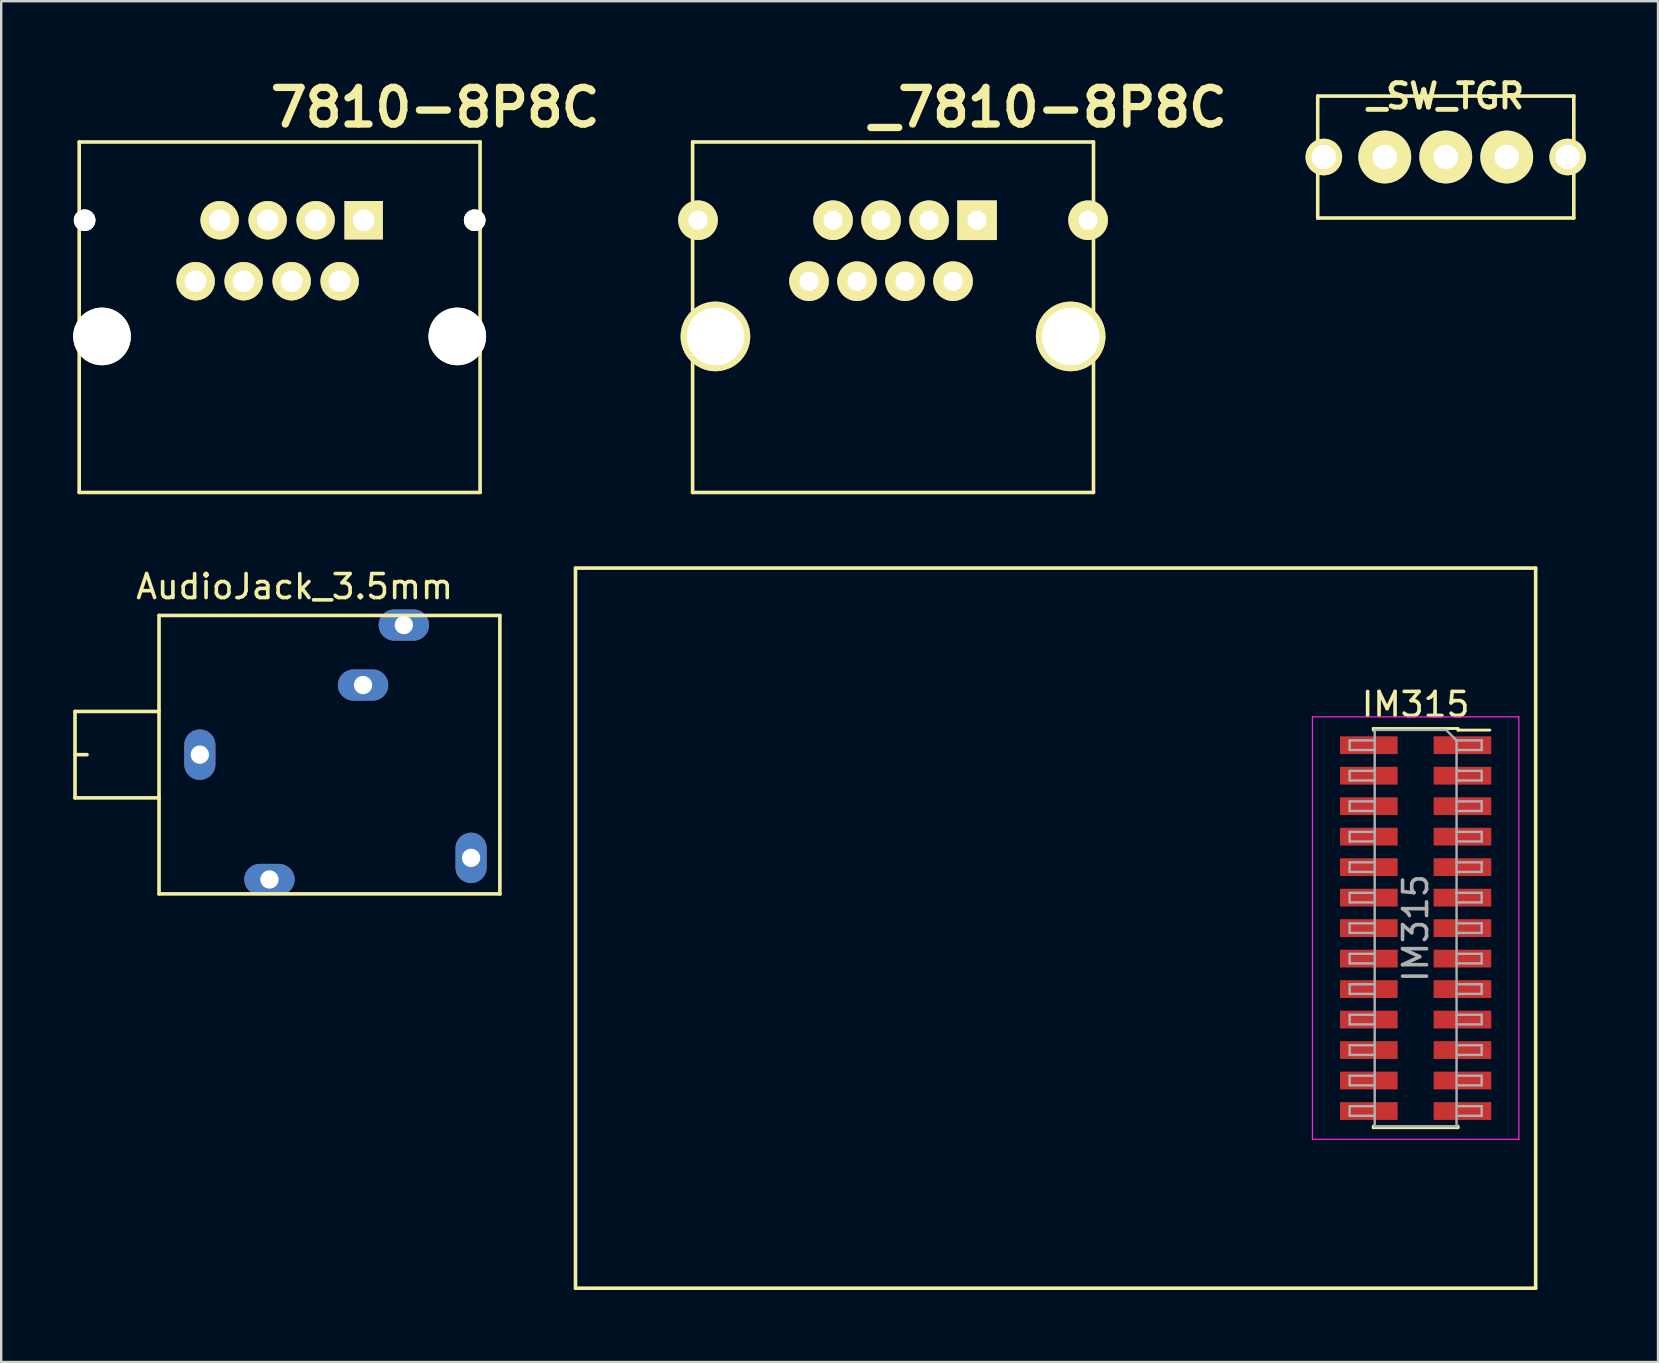
<source format=kicad_pcb>
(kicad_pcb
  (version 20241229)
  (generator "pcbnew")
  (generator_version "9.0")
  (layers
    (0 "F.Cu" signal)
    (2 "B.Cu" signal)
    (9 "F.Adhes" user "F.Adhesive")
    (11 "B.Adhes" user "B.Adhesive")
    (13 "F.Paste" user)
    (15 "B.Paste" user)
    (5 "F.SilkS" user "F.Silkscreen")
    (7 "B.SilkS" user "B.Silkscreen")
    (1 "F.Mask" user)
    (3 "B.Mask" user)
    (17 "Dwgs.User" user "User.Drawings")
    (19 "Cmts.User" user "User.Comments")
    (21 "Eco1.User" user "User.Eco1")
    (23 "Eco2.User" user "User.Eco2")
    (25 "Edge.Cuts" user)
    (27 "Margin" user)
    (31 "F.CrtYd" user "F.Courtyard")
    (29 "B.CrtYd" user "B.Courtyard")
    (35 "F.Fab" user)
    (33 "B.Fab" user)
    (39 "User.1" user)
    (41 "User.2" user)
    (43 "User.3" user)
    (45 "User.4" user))
  (footprint "IM315"
    (layer "F.Cu")
    (at 55.925 35.615)
    (property "Reference" "IM315" (at 0 -9.315 0) (layer "F.SilkS") (effects (font (size 1 1) (thickness 0.15))))
    (attr smd)
    (fp_line (start -35 -15) (end 5 -15) (stroke (width 0.15) (type solid)) (layer "F.SilkS"))
    (fp_line (start -35 15) (end -35 -15) (stroke (width 0.15) (type solid)) (layer "F.SilkS"))
    (fp_line (start -1.765 -8.315) (end -1.765 -8.25) (stroke (width 0.12) (type solid)) (layer "F.SilkS"))
    (fp_line (start -1.765 8.25) (end -1.765 8.315) (stroke (width 0.12) (type solid)) (layer "F.SilkS"))
    (fp_line (start 1.765 -8.315) (end -1.765 -8.315) (stroke (width 0.12) (type solid)) (layer "F.SilkS"))
    (fp_line (start 1.765 -8.315) (end 1.765 -8.25) (stroke (width 0.12) (type solid)) (layer "F.SilkS"))
    (fp_line (start 1.765 8.25) (end 1.765 8.315) (stroke (width 0.12) (type solid)) (layer "F.SilkS"))
    (fp_line (start 1.765 8.315) (end -1.765 8.315) (stroke (width 0.12) (type solid)) (layer "F.SilkS"))
    (fp_line (start 3.09 -8.25) (end 1.765 -8.25) (stroke (width 0.12) (type solid)) (layer "F.SilkS"))
    (fp_line (start 5 -15) (end 5 15) (stroke (width 0.15) (type solid)) (layer "F.SilkS"))
    (fp_line (start 5 15) (end -35 15) (stroke (width 0.15) (type solid)) (layer "F.SilkS"))
    (fp_line (start -4.3 -8.8) (end 4.3 -8.8) (stroke (width 0.05) (type solid)) (layer "F.CrtYd"))
    (fp_line (start -4.3 8.8) (end -4.3 -8.8) (stroke (width 0.05) (type solid)) (layer "F.CrtYd"))
    (fp_line (start 4.3 -8.8) (end 4.3 8.8) (stroke (width 0.05) (type solid)) (layer "F.CrtYd"))
    (fp_line (start 4.3 8.8) (end -4.3 8.8) (stroke (width 0.05) (type solid)) (layer "F.CrtYd"))
    (fp_line (start -2.75 -7.82) (end -2.75 -7.42) (stroke (width 0.1) (type solid)) (layer "F.Fab"))
    (fp_line (start -2.75 -7.42) (end -1.705 -7.42) (stroke (width 0.1) (type solid)) (layer "F.Fab"))
    (fp_line (start -2.75 -6.55) (end -2.75 -6.15) (stroke (width 0.1) (type solid)) (layer "F.Fab"))
    (fp_line (start -2.75 -6.15) (end -1.705 -6.15) (stroke (width 0.1) (type solid)) (layer "F.Fab"))
    (fp_line (start -2.75 -5.28) (end -2.75 -4.88) (stroke (width 0.1) (type solid)) (layer "F.Fab"))
    (fp_line (start -2.75 -4.88) (end -1.705 -4.88) (stroke (width 0.1) (type solid)) (layer "F.Fab"))
    (fp_line (start -2.75 -4.01) (end -2.75 -3.61) (stroke (width 0.1) (type solid)) (layer "F.Fab"))
    (fp_line (start -2.75 -3.61) (end -1.705 -3.61) (stroke (width 0.1) (type solid)) (layer "F.Fab"))
    (fp_line (start -2.75 -2.74) (end -2.75 -2.34) (stroke (width 0.1) (type solid)) (layer "F.Fab"))
    (fp_line (start -2.75 -2.34) (end -1.705 -2.34) (stroke (width 0.1) (type solid)) (layer "F.Fab"))
    (fp_line (start -2.75 -1.47) (end -2.75 -1.07) (stroke (width 0.1) (type solid)) (layer "F.Fab"))
    (fp_line (start -2.75 -1.07) (end -1.705 -1.07) (stroke (width 0.1) (type solid)) (layer "F.Fab"))
    (fp_line (start -2.75 -0.2) (end -2.75 0.2) (stroke (width 0.1) (type solid)) (layer "F.Fab"))
    (fp_line (start -2.75 0.2) (end -1.705 0.2) (stroke (width 0.1) (type solid)) (layer "F.Fab"))
    (fp_line (start -2.75 1.07) (end -2.75 1.47) (stroke (width 0.1) (type solid)) (layer "F.Fab"))
    (fp_line (start -2.75 1.47) (end -1.705 1.47) (stroke (width 0.1) (type solid)) (layer "F.Fab"))
    (fp_line (start -2.75 2.34) (end -2.75 2.74) (stroke (width 0.1) (type solid)) (layer "F.Fab"))
    (fp_line (start -2.75 2.74) (end -1.705 2.74) (stroke (width 0.1) (type solid)) (layer "F.Fab"))
    (fp_line (start -2.75 3.61) (end -2.75 4.01) (stroke (width 0.1) (type solid)) (layer "F.Fab"))
    (fp_line (start -2.75 4.01) (end -1.705 4.01) (stroke (width 0.1) (type solid)) (layer "F.Fab"))
    (fp_line (start -2.75 4.88) (end -2.75 5.28) (stroke (width 0.1) (type solid)) (layer "F.Fab"))
    (fp_line (start -2.75 5.28) (end -1.705 5.28) (stroke (width 0.1) (type solid)) (layer "F.Fab"))
    (fp_line (start -2.75 6.15) (end -2.75 6.55) (stroke (width 0.1) (type solid)) (layer "F.Fab"))
    (fp_line (start -2.75 6.55) (end -1.705 6.55) (stroke (width 0.1) (type solid)) (layer "F.Fab"))
    (fp_line (start -2.75 7.42) (end -2.75 7.82) (stroke (width 0.1) (type solid)) (layer "F.Fab"))
    (fp_line (start -2.75 7.82) (end -1.705 7.82) (stroke (width 0.1) (type solid)) (layer "F.Fab"))
    (fp_line (start -1.705 -8.255) (end -1.705 8.255) (stroke (width 0.1) (type solid)) (layer "F.Fab"))
    (fp_line (start -1.705 -7.82) (end -2.75 -7.82) (stroke (width 0.1) (type solid)) (layer "F.Fab"))
    (fp_line (start -1.705 -6.55) (end -2.75 -6.55) (stroke (width 0.1) (type solid)) (layer "F.Fab"))
    (fp_line (start -1.705 -5.28) (end -2.75 -5.28) (stroke (width 0.1) (type solid)) (layer "F.Fab"))
    (fp_line (start -1.705 -4.01) (end -2.75 -4.01) (stroke (width 0.1) (type solid)) (layer "F.Fab"))
    (fp_line (start -1.705 -2.74) (end -2.75 -2.74) (stroke (width 0.1) (type solid)) (layer "F.Fab"))
    (fp_line (start -1.705 -1.47) (end -2.75 -1.47) (stroke (width 0.1) (type solid)) (layer "F.Fab"))
    (fp_line (start -1.705 -0.2) (end -2.75 -0.2) (stroke (width 0.1) (type solid)) (layer "F.Fab"))
    (fp_line (start -1.705 1.07) (end -2.75 1.07) (stroke (width 0.1) (type solid)) (layer "F.Fab"))
    (fp_line (start -1.705 2.34) (end -2.75 2.34) (stroke (width 0.1) (type solid)) (layer "F.Fab"))
    (fp_line (start -1.705 3.61) (end -2.75 3.61) (stroke (width 0.1) (type solid)) (layer "F.Fab"))
    (fp_line (start -1.705 4.88) (end -2.75 4.88) (stroke (width 0.1) (type solid)) (layer "F.Fab"))
    (fp_line (start -1.705 6.15) (end -2.75 6.15) (stroke (width 0.1) (type solid)) (layer "F.Fab"))
    (fp_line (start -1.705 7.42) (end -2.75 7.42) (stroke (width 0.1) (type solid)) (layer "F.Fab"))
    (fp_line (start -1.705 8.255) (end 1.705 8.255) (stroke (width 0.1) (type solid)) (layer "F.Fab"))
    (fp_line (start 1.27 -8.255) (end -1.705 -8.255) (stroke (width 0.1) (type solid)) (layer "F.Fab"))
    (fp_line (start 1.705 -7.82) (end 1.27 -8.255) (stroke (width 0.1) (type solid)) (layer "F.Fab"))
    (fp_line (start 1.705 -7.82) (end 2.75 -7.82) (stroke (width 0.1) (type solid)) (layer "F.Fab"))
    (fp_line (start 1.705 -6.55) (end 2.75 -6.55) (stroke (width 0.1) (type solid)) (layer "F.Fab"))
    (fp_line (start 1.705 -5.28) (end 2.75 -5.28) (stroke (width 0.1) (type solid)) (layer "F.Fab"))
    (fp_line (start 1.705 -4.01) (end 2.75 -4.01) (stroke (width 0.1) (type solid)) (layer "F.Fab"))
    (fp_line (start 1.705 -2.74) (end 2.75 -2.74) (stroke (width 0.1) (type solid)) (layer "F.Fab"))
    (fp_line (start 1.705 -1.47) (end 2.75 -1.47) (stroke (width 0.1) (type solid)) (layer "F.Fab"))
    (fp_line (start 1.705 -0.2) (end 2.75 -0.2) (stroke (width 0.1) (type solid)) (layer "F.Fab"))
    (fp_line (start 1.705 1.07) (end 2.75 1.07) (stroke (width 0.1) (type solid)) (layer "F.Fab"))
    (fp_line (start 1.705 2.34) (end 2.75 2.34) (stroke (width 0.1) (type solid)) (layer "F.Fab"))
    (fp_line (start 1.705 3.61) (end 2.75 3.61) (stroke (width 0.1) (type solid)) (layer "F.Fab"))
    (fp_line (start 1.705 4.88) (end 2.75 4.88) (stroke (width 0.1) (type solid)) (layer "F.Fab"))
    (fp_line (start 1.705 6.15) (end 2.75 6.15) (stroke (width 0.1) (type solid)) (layer "F.Fab"))
    (fp_line (start 1.705 7.42) (end 2.75 7.42) (stroke (width 0.1) (type solid)) (layer "F.Fab"))
    (fp_line (start 1.705 8.255) (end 1.705 -7.82) (stroke (width 0.1) (type solid)) (layer "F.Fab"))
    (fp_line (start 2.75 -7.82) (end 2.75 -7.42) (stroke (width 0.1) (type solid)) (layer "F.Fab"))
    (fp_line (start 2.75 -7.42) (end 1.705 -7.42) (stroke (width 0.1) (type solid)) (layer "F.Fab"))
    (fp_line (start 2.75 -6.55) (end 2.75 -6.15) (stroke (width 0.1) (type solid)) (layer "F.Fab"))
    (fp_line (start 2.75 -6.15) (end 1.705 -6.15) (stroke (width 0.1) (type solid)) (layer "F.Fab"))
    (fp_line (start 2.75 -5.28) (end 2.75 -4.88) (stroke (width 0.1) (type solid)) (layer "F.Fab"))
    (fp_line (start 2.75 -4.88) (end 1.705 -4.88) (stroke (width 0.1) (type solid)) (layer "F.Fab"))
    (fp_line (start 2.75 -4.01) (end 2.75 -3.61) (stroke (width 0.1) (type solid)) (layer "F.Fab"))
    (fp_line (start 2.75 -3.61) (end 1.705 -3.61) (stroke (width 0.1) (type solid)) (layer "F.Fab"))
    (fp_line (start 2.75 -2.74) (end 2.75 -2.34) (stroke (width 0.1) (type solid)) (layer "F.Fab"))
    (fp_line (start 2.75 -2.34) (end 1.705 -2.34) (stroke (width 0.1) (type solid)) (layer "F.Fab"))
    (fp_line (start 2.75 -1.47) (end 2.75 -1.07) (stroke (width 0.1) (type solid)) (layer "F.Fab"))
    (fp_line (start 2.75 -1.07) (end 1.705 -1.07) (stroke (width 0.1) (type solid)) (layer "F.Fab"))
    (fp_line (start 2.75 -0.2) (end 2.75 0.2) (stroke (width 0.1) (type solid)) (layer "F.Fab"))
    (fp_line (start 2.75 0.2) (end 1.705 0.2) (stroke (width 0.1) (type solid)) (layer "F.Fab"))
    (fp_line (start 2.75 1.07) (end 2.75 1.47) (stroke (width 0.1) (type solid)) (layer "F.Fab"))
    (fp_line (start 2.75 1.47) (end 1.705 1.47) (stroke (width 0.1) (type solid)) (layer "F.Fab"))
    (fp_line (start 2.75 2.34) (end 2.75 2.74) (stroke (width 0.1) (type solid)) (layer "F.Fab"))
    (fp_line (start 2.75 2.74) (end 1.705 2.74) (stroke (width 0.1) (type solid)) (layer "F.Fab"))
    (fp_line (start 2.75 3.61) (end 2.75 4.01) (stroke (width 0.1) (type solid)) (layer "F.Fab"))
    (fp_line (start 2.75 4.01) (end 1.705 4.01) (stroke (width 0.1) (type solid)) (layer "F.Fab"))
    (fp_line (start 2.75 4.88) (end 2.75 5.28) (stroke (width 0.1) (type solid)) (layer "F.Fab"))
    (fp_line (start 2.75 5.28) (end 1.705 5.28) (stroke (width 0.1) (type solid)) (layer "F.Fab"))
    (fp_line (start 2.75 6.15) (end 2.75 6.55) (stroke (width 0.1) (type solid)) (layer "F.Fab"))
    (fp_line (start 2.75 6.55) (end 1.705 6.55) (stroke (width 0.1) (type solid)) (layer "F.Fab"))
    (fp_line (start 2.75 7.42) (end 2.75 7.82) (stroke (width 0.1) (type solid)) (layer "F.Fab"))
    (fp_line (start 2.75 7.82) (end 1.705 7.82) (stroke (width 0.1) (type solid)) (layer "F.Fab"))
    (fp_text user "${REFERENCE}" (at 0 0 270) (layer "F.Fab") (effects (font (size 1 1) (thickness 0.15))))
    (pad "1" smd rect (at 1.95 -7.62) (size 2.4 0.74) (layers "F.Cu" "F.Mask" "F.Paste"))
    (pad "2" smd rect (at -1.95 -7.62) (size 2.4 0.74) (layers "F.Cu" "F.Mask" "F.Paste"))
    (pad "3" smd rect (at 1.95 -6.35) (size 2.4 0.74) (layers "F.Cu" "F.Mask" "F.Paste"))
    (pad "4" smd rect (at -1.95 -6.35) (size 2.4 0.74) (layers "F.Cu" "F.Mask" "F.Paste"))
    (pad "5" smd rect (at 1.95 -5.08) (size 2.4 0.74) (layers "F.Cu" "F.Mask" "F.Paste"))
    (pad "6" smd rect (at -1.95 -5.08) (size 2.4 0.74) (layers "F.Cu" "F.Mask" "F.Paste"))
    (pad "7" smd rect (at 1.95 -3.81) (size 2.4 0.74) (layers "F.Cu" "F.Mask" "F.Paste"))
    (pad "8" smd rect (at -1.95 -3.81) (size 2.4 0.74) (layers "F.Cu" "F.Mask" "F.Paste"))
    (pad "9" smd rect (at 1.95 -2.54) (size 2.4 0.74) (layers "F.Cu" "F.Mask" "F.Paste"))
    (pad "10" smd rect (at -1.95 -2.54) (size 2.4 0.74) (layers "F.Cu" "F.Mask" "F.Paste"))
    (pad "11" smd rect (at 1.95 -1.27) (size 2.4 0.74) (layers "F.Cu" "F.Mask" "F.Paste"))
    (pad "12" smd rect (at -1.95 -1.27) (size 2.4 0.74) (layers "F.Cu" "F.Mask" "F.Paste"))
    (pad "13" smd rect (at 1.95 0) (size 2.4 0.74) (layers "F.Cu" "F.Mask" "F.Paste"))
    (pad "14" smd rect (at -1.95 0) (size 2.4 0.74) (layers "F.Cu" "F.Mask" "F.Paste"))
    (pad "15" smd rect (at 1.95 1.27) (size 2.4 0.74) (layers "F.Cu" "F.Mask" "F.Paste"))
    (pad "16" smd rect (at -1.95 1.27) (size 2.4 0.74) (layers "F.Cu" "F.Mask" "F.Paste"))
    (pad "17" smd rect (at 1.95 2.54) (size 2.4 0.74) (layers "F.Cu" "F.Mask" "F.Paste"))
    (pad "18" smd rect (at -1.95 2.54) (size 2.4 0.74) (layers "F.Cu" "F.Mask" "F.Paste"))
    (pad "19" smd rect (at 1.95 3.81) (size 2.4 0.74) (layers "F.Cu" "F.Mask" "F.Paste"))
    (pad "20" smd rect (at -1.95 3.81) (size 2.4 0.74) (layers "F.Cu" "F.Mask" "F.Paste"))
    (pad "21" smd rect (at 1.95 5.08) (size 2.4 0.74) (layers "F.Cu" "F.Mask" "F.Paste"))
    (pad "22" smd rect (at -1.95 5.08) (size 2.4 0.74) (layers "F.Cu" "F.Mask" "F.Paste"))
    (pad "23" smd rect (at 1.95 6.35) (size 2.4 0.74) (layers "F.Cu" "F.Mask" "F.Paste"))
    (pad "24" smd rect (at -1.95 6.35) (size 2.4 0.74) (layers "F.Cu" "F.Mask" "F.Paste"))
    (pad "25" smd rect (at 1.95 7.62) (size 2.4 0.74) (layers "F.Cu" "F.Mask" "F.Paste"))
    (pad "26" smd rect (at -1.95 7.62) (size 2.4 0.74) (layers "F.Cu" "F.Mask" "F.Paste")))
  (footprint "7810-8P8C"
    (layer "F.Cu")
    (at 8.6 8.665)
    (property "Reference" "7810-8P8C" (at 6.477 -7.239 0) (layer "F.SilkS") (effects (font (size 1.524 1.524) (thickness 0.305))))
    (attr through_hole)
    (fp_line (start -8.35 -5.8) (end 8.35 -5.8) (stroke (width 0.15) (type solid)) (layer "F.SilkS"))
    (fp_line (start -8.35 8.8) (end -8.35 -5.8) (stroke (width 0.15) (type solid)) (layer "F.SilkS"))
    (fp_line (start 8.35 -5.8) (end 8.35 8.8) (stroke (width 0.15) (type solid)) (layer "F.SilkS"))
    (fp_line (start 8.35 8.8) (end -8.35 8.8) (stroke (width 0.15) (type solid)) (layer "F.SilkS"))
    (pad "" thru_hole circle (at -8.125 -2.54) (size 0.9 0.9) (drill 0.9) (layers "*.Cu" "*.Mask" "F.SilkS"))
    (pad "" np_thru_hole circle (at -7.4 2.3) (size 2.4 2.4) (drill 2.4) (layers "*.Cu" "*.Mask" "F.SilkS"))
    (pad "" np_thru_hole circle (at 7.4 2.3) (size 2.4 2.4) (drill 2.4) (layers "*.Cu" "*.Mask" "F.SilkS"))
    (pad "" thru_hole circle (at 8.125 -2.54) (size 0.9 0.9) (drill 0.9) (layers "*.Cu" "*.Mask" "F.SilkS"))
    (pad "1" thru_hole rect (at 3.5 -2.54) (size 1.6 1.6) (drill 0.9) (layers "*.Cu" "*.Mask" "F.SilkS"))
    (pad "2" thru_hole circle (at 2.5 0) (size 1.6 1.6) (drill 0.9) (layers "*.Cu" "*.Mask" "F.SilkS"))
    (pad "3" thru_hole circle (at 1.5 -2.54) (size 1.6 1.6) (drill 0.9) (layers "*.Cu" "*.Mask" "F.SilkS"))
    (pad "4" thru_hole circle (at 0.5 0) (size 1.6 1.6) (drill 0.9) (layers "*.Cu" "*.Mask" "F.SilkS"))
    (pad "5" thru_hole circle (at -0.5 -2.54) (size 1.6 1.6) (drill 0.9) (layers "*.Cu" "*.Mask" "F.SilkS"))
    (pad "6" thru_hole circle (at -1.5 0) (size 1.6 1.6) (drill 0.9) (layers "*.Cu" "*.Mask" "F.SilkS"))
    (pad "7" thru_hole circle (at -2.5 -2.54) (size 1.6 1.6) (drill 0.9) (layers "*.Cu" "*.Mask" "F.SilkS"))
    (pad "8" thru_hole circle (at -3.5 0) (size 1.6 1.6) (drill 0.9) (layers "*.Cu" "*.Mask" "F.SilkS")))
  (footprint "_SW_TGR"
    (layer "F.Cu")
    (at 57.18 3.491)
    (property "Reference" "_SW_TGR" (at 0 -2.54 0) (layer "F.SilkS") (effects (font (size 1.016 1.016) (thickness 0.203))))
    (attr through_hole)
    (fp_line (start -5.334 -2.54) (end 5.334 -2.54) (stroke (width 0.15) (type solid)) (layer "F.SilkS"))
    (fp_line (start -5.334 2.54) (end -5.334 -2.54) (stroke (width 0.15) (type solid)) (layer "F.SilkS"))
    (fp_line (start 5.334 -2.54) (end 5.334 2.54) (stroke (width 0.15) (type solid)) (layer "F.SilkS"))
    (fp_line (start 5.334 2.54) (end -5.334 2.54) (stroke (width 0.15) (type solid)) (layer "F.SilkS"))
    (pad "1" thru_hole circle (at -2.54 0) (size 2.2 2.2) (drill 1.016) (layers "*.Cu" "*.Mask" "F.SilkS"))
    (pad "2" thru_hole circle (at 0 0) (size 2.2 2.2) (drill 1.016) (layers "*.Cu" "*.Mask" "F.SilkS"))
    (pad "3" thru_hole circle (at 2.54 0) (size 2.2 2.2) (drill 1.016) (layers "*.Cu" "*.Mask" "F.SilkS"))
    (pad "NC" thru_hole circle (at -5.08 0) (size 1.524 1.524) (drill 1.016) (layers "*.Cu" "*.Mask" "F.SilkS"))
    (pad "NC" thru_hole circle (at 5.08 0) (size 1.524 1.524) (drill 1.016) (layers "*.Cu" "*.Mask" "F.SilkS")))
  (footprint "AudioJack_3.5mm"
    (layer "F.Cu")
    (at 3.575 28.389)
    (property "Reference" "AudioJack_3.5mm" (at 5.65 -7 0) (layer "F.SilkS") (effects (font (size 1 1) (thickness 0.15))))
    (attr through_hole)
    (fp_line (start -3.5 -1.8) (end 0 -1.8) (stroke (width 0.15) (type solid)) (layer "F.SilkS"))
    (fp_line (start -3.5 0) (end -3 0) (stroke (width 0.15) (type solid)) (layer "F.SilkS"))
    (fp_line (start -3.5 1.8) (end -3.5 -1.8) (stroke (width 0.15) (type solid)) (layer "F.SilkS"))
    (fp_line (start 0 -5.8) (end 0 5.8) (stroke (width 0.15) (type solid)) (layer "F.SilkS"))
    (fp_line (start 0 1.8) (end -3.5 1.8) (stroke (width 0.15) (type solid)) (layer "F.SilkS"))
    (fp_line (start 0 5.8) (end 14.2 5.8) (stroke (width 0.15) (type solid)) (layer "F.SilkS"))
    (fp_line (start 14.2 -5.8) (end 0 -5.8) (stroke (width 0.15) (type solid)) (layer "F.SilkS"))
    (fp_line (start 14.2 5.8) (end 14.2 -5.8) (stroke (width 0.15) (type solid)) (layer "F.SilkS"))
    (pad "1" thru_hole oval (at 1.7 0) (size 1.3 2.1) (drill 0.762) (layers "*.Cu" "*.Mask"))
    (pad "2" thru_hole oval (at 10.2 -5.4) (size 2.1 1.3) (drill 0.762) (layers "*.Cu" "*.Mask"))
    (pad "3" thru_hole oval (at 8.5 -2.9) (size 2.1 1.3) (drill 0.762) (layers "*.Cu" "*.Mask"))
    (pad "4" thru_hole oval (at 13 4.3) (size 1.3 2.1) (drill 0.762) (layers "*.Cu" "*.Mask"))
    (pad "5" thru_hole oval (at 4.6 5.2) (size 2.1 1.3) (drill 0.762) (layers "*.Cu" "*.Mask")))
  (footprint "_7810-8P8C"
    (layer "F.Cu")
    (at 34.154 8.665)
    (property "Reference" "_7810-8P8C" (at 6.477 -7.239 0) (layer "F.SilkS") (effects (font (size 1.524 1.524) (thickness 0.305))))
    (attr through_hole)
    (fp_line (start -8.35 -5.8) (end 8.35 -5.8) (stroke (width 0.15) (type solid)) (layer "F.SilkS"))
    (fp_line (start -8.35 8.8) (end -8.35 -5.8) (stroke (width 0.15) (type solid)) (layer "F.SilkS"))
    (fp_line (start 8.35 -5.8) (end 8.35 8.8) (stroke (width 0.15) (type solid)) (layer "F.SilkS"))
    (fp_line (start 8.35 8.8) (end -8.35 8.8) (stroke (width 0.15) (type solid)) (layer "F.SilkS"))
    (pad "" thru_hole circle (at -8.125 -2.54) (size 1.65 1.65) (drill 0.8) (layers "*.Cu" "*.Mask" "F.SilkS"))
    (pad "" thru_hole circle (at -7.4 2.3) (size 2.9 2.9) (drill 2.4) (layers "*.Cu" "*.Mask" "F.SilkS"))
    (pad "" thru_hole circle (at 7.4 2.3) (size 2.9 2.9) (drill 2.4) (layers "*.Cu" "*.Mask" "F.SilkS"))
    (pad "" thru_hole circle (at 8.125 -2.54) (size 1.65 1.65) (drill 0.8) (layers "*.Cu" "*.Mask" "F.SilkS"))
    (pad "1" thru_hole rect (at 3.5 -2.54) (size 1.65 1.65) (drill 0.8) (layers "*.Cu" "*.Mask" "F.SilkS"))
    (pad "2" thru_hole circle (at 2.5 0) (size 1.65 1.65) (drill 0.8) (layers "*.Cu" "*.Mask" "F.SilkS"))
    (pad "3" thru_hole circle (at 1.5 -2.54) (size 1.65 1.65) (drill 0.8) (layers "*.Cu" "*.Mask" "F.SilkS"))
    (pad "4" thru_hole circle (at 0.5 0) (size 1.65 1.65) (drill 0.8) (layers "*.Cu" "*.Mask" "F.SilkS"))
    (pad "5" thru_hole circle (at -0.5 -2.54) (size 1.65 1.65) (drill 0.8) (layers "*.Cu" "*.Mask" "F.SilkS"))
    (pad "6" thru_hole circle (at -1.5 0) (size 1.65 1.65) (drill 0.8) (layers "*.Cu" "*.Mask" "F.SilkS"))
    (pad "7" thru_hole circle (at -2.5 -2.54) (size 1.65 1.65) (drill 0.8) (layers "*.Cu" "*.Mask" "F.SilkS"))
    (pad "8" thru_hole circle (at -3.5 0) (size 1.65 1.65) (drill 0.8) (layers "*.Cu" "*.Mask" "F.SilkS")))
  (gr_rect
    (start -3 -3)
    (end 66.022 53.69)
    (stroke (width 0.1) (type default))
    (fill no)
    (layer "Edge.Cuts")))
</source>
